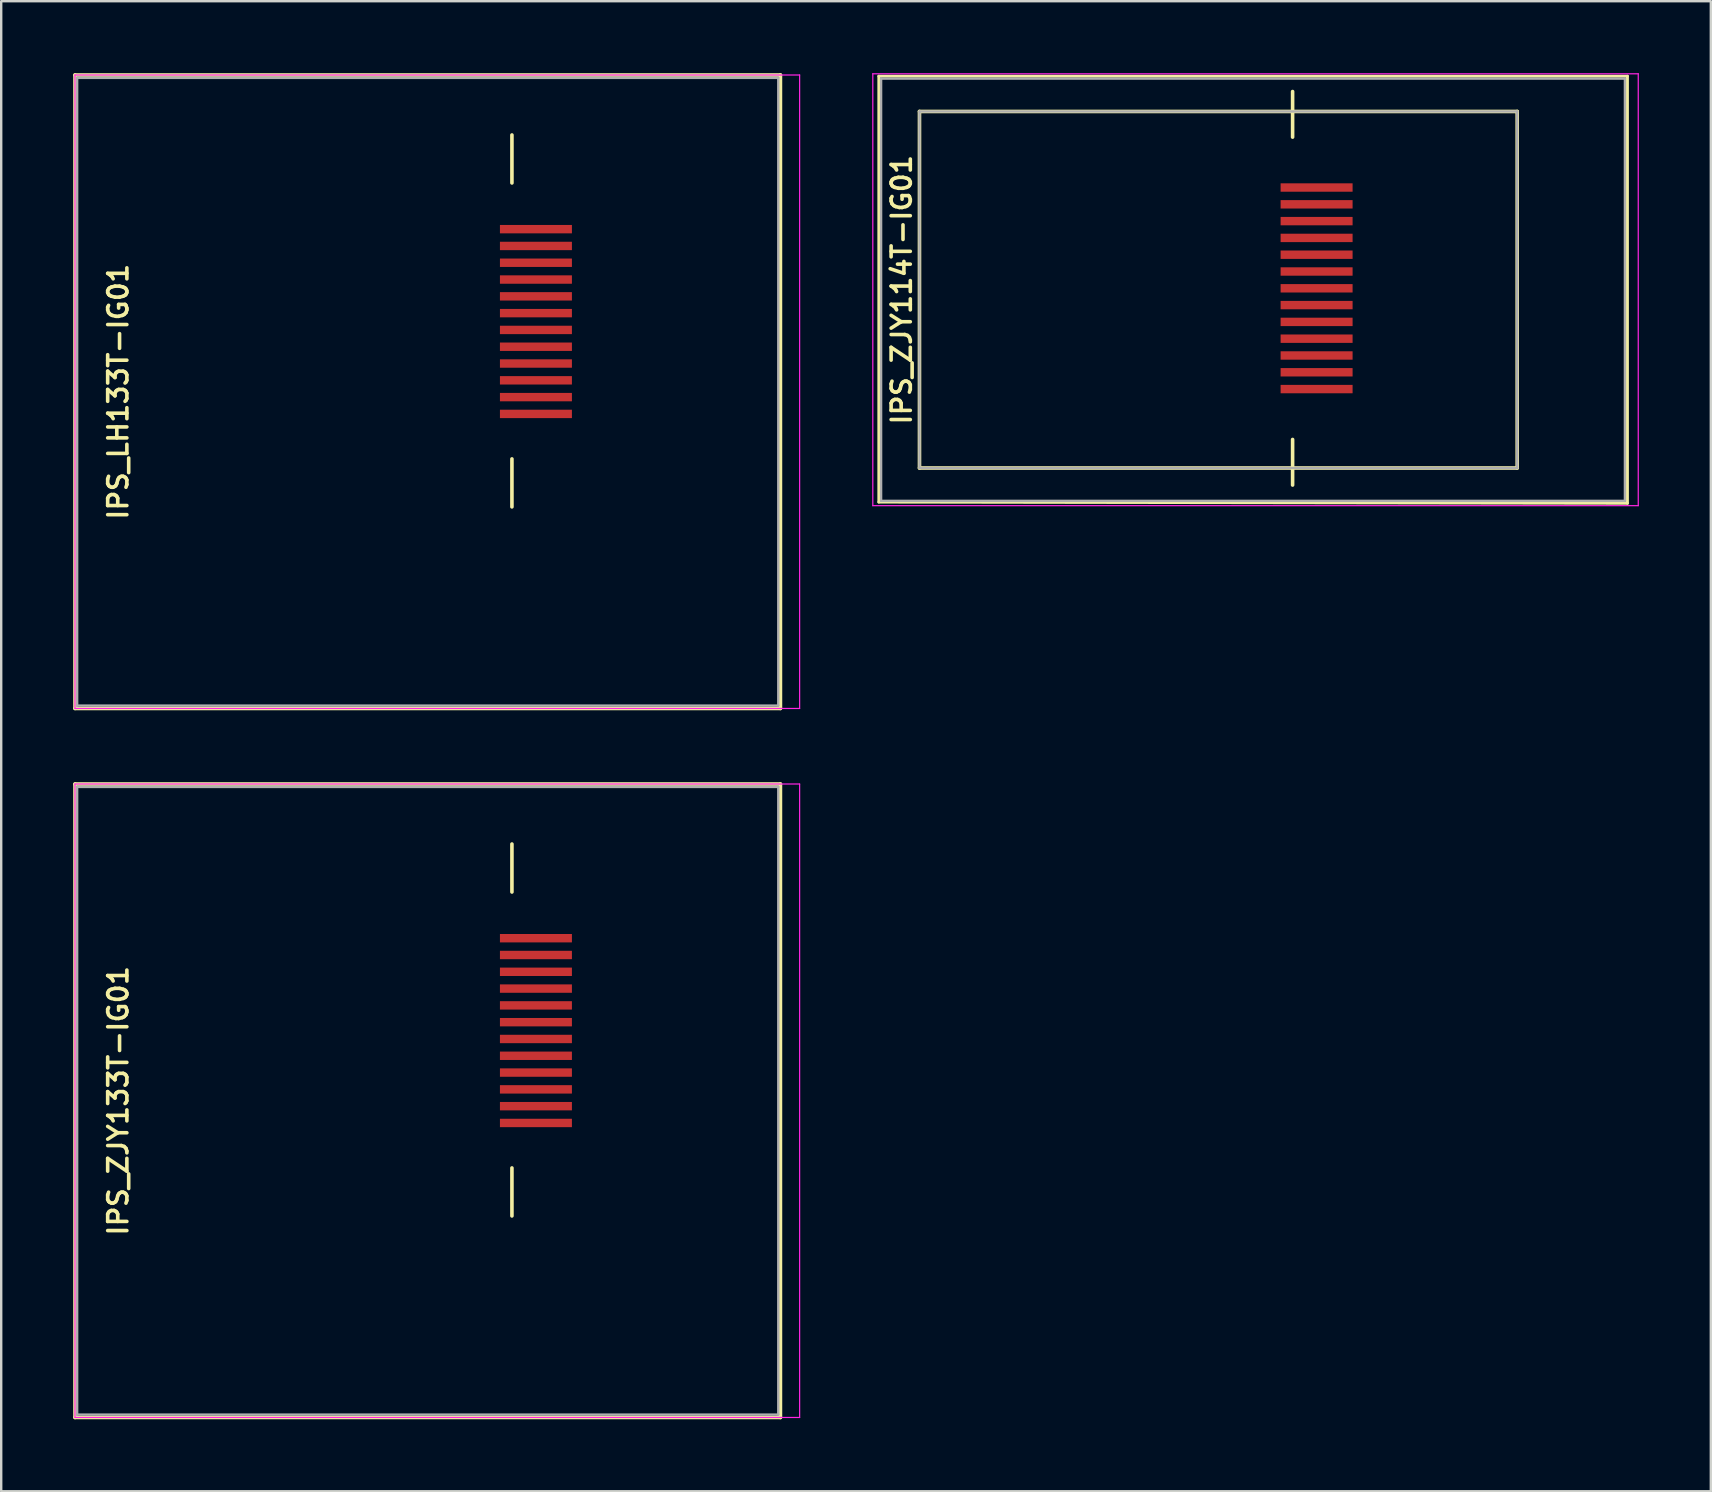
<source format=kicad_pcb>
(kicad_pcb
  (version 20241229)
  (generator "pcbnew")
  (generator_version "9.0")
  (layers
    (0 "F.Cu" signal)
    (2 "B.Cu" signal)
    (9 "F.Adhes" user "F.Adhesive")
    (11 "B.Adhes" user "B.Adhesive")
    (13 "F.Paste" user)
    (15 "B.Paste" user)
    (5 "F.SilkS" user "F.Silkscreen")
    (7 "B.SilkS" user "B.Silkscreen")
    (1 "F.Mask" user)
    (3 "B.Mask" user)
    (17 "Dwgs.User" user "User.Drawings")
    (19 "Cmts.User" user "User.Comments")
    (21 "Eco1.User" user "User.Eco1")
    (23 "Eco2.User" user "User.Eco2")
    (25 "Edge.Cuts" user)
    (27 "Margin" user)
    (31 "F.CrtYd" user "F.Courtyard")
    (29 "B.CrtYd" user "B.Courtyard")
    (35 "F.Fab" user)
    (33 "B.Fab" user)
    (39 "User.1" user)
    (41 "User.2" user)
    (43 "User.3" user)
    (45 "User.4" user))
  (footprint "IPS_ZJY133T-IG01"
    (layer "F.Cu")
    (at 14.775 42.825)
    (property "Reference" "IPS_ZJY133T-IG01" (at -12.9 0 90) (layer "F.SilkS") (effects (font (size 0.8 0.8) (thickness 0.15))))
    (attr exclude_from_pos_files exclude_from_bom)
    (fp_line (start -14.7 -13.2) (end 14.7 -13.2) (stroke (width 0.15) (type solid)) (layer "F.SilkS"))
    (fp_line (start -14.7 13.2) (end -14.7 -13.2) (stroke (width 0.15) (type solid)) (layer "F.SilkS"))
    (fp_line (start 3.51 -8.7) (end 3.51 -10.7) (stroke (width 0.15) (type solid)) (layer "F.SilkS"))
    (fp_line (start 3.51 2.8) (end 3.51 4.8) (stroke (width 0.15) (type solid)) (layer "F.SilkS"))
    (fp_line (start 14.7 -13.2) (end 14.7 13.2) (stroke (width 0.15) (type solid)) (layer "F.SilkS"))
    (fp_line (start 14.7 13.2) (end -14.7 13.2) (stroke (width 0.15) (type solid)) (layer "F.SilkS"))
    (fp_line (start -14.7 -13.2) (end 15.5 -13.2) (stroke (width 0.05) (type solid)) (layer "F.CrtYd"))
    (fp_line (start -14.7 13.2) (end -14.7 -13.2) (stroke (width 0.05) (type solid)) (layer "F.CrtYd"))
    (fp_line (start 15.5 -13.2) (end 15.5 13.2) (stroke (width 0.05) (type solid)) (layer "F.CrtYd"))
    (fp_line (start 15.5 13.2) (end -14.7 13.2) (stroke (width 0.05) (type solid)) (layer "F.CrtYd"))
    (fp_line (start -14.61 -13.08) (end 14.61 -13.08) (stroke (width 0.1) (type solid)) (layer "F.Fab"))
    (fp_line (start -14.61 13.08) (end -14.61 -13.08) (stroke (width 0.1) (type solid)) (layer "F.Fab"))
    (fp_line (start 14.61 -13.08) (end 14.61 13.08) (stroke (width 0.1) (type solid)) (layer "F.Fab"))
    (fp_line (start 14.61 13.08) (end -14.61 13.08) (stroke (width 0.1) (type solid)) (layer "F.Fab"))
    (pad "1" smd rect (at 3.51 -6.775) (size 3 0.35) (drill (offset 1 0)) (layers "F.Cu" "F.Mask" "F.Paste"))
    (pad "2" smd rect (at 3.51 -6.075) (size 3 0.35) (drill (offset 1 0)) (layers "F.Cu" "F.Mask" "F.Paste"))
    (pad "3" smd rect (at 3.51 -5.375) (size 3 0.35) (drill (offset 1 0)) (layers "F.Cu" "F.Mask" "F.Paste"))
    (pad "4" smd rect (at 3.51 -4.675) (size 3 0.35) (drill (offset 1 0)) (layers "F.Cu" "F.Mask" "F.Paste"))
    (pad "5" smd rect (at 3.51 -3.975) (size 3 0.35) (drill (offset 1 0)) (layers "F.Cu" "F.Mask" "F.Paste"))
    (pad "6" smd rect (at 3.51 -3.275) (size 3 0.35) (drill (offset 1 0)) (layers "F.Cu" "F.Mask" "F.Paste"))
    (pad "7" smd rect (at 3.51 -2.575) (size 3 0.35) (drill (offset 1 0)) (layers "F.Cu" "F.Mask" "F.Paste"))
    (pad "8" smd rect (at 3.51 -1.875) (size 3 0.35) (drill (offset 1 0)) (layers "F.Cu" "F.Mask" "F.Paste"))
    (pad "9" smd rect (at 3.51 -1.175) (size 3 0.35) (drill (offset 1 0)) (layers "F.Cu" "F.Mask" "F.Paste"))
    (pad "10" smd rect (at 3.51 -0.475) (size 3 0.35) (drill (offset 1 0)) (layers "F.Cu" "F.Mask" "F.Paste"))
    (pad "11" smd rect (at 3.51 0.225) (size 3 0.35) (drill (offset 1 0)) (layers "F.Cu" "F.Mask" "F.Paste"))
    (pad "12" smd rect (at 3.51 0.925) (size 3 0.35) (drill (offset 1 0)) (layers "F.Cu" "F.Mask" "F.Paste")))
  (footprint "IPS_LH133T-IG01"
    (layer "F.Cu")
    (at 14.775 13.275)
    (property "Reference" "IPS_LH133T-IG01" (at -12.9 0 90) (layer "F.SilkS") (effects (font (size 0.8 0.8) (thickness 0.15))))
    (attr exclude_from_pos_files exclude_from_bom)
    (fp_line (start -14.7 -13.2) (end 14.7 -13.2) (stroke (width 0.15) (type solid)) (layer "F.SilkS"))
    (fp_line (start -14.7 13.2) (end -14.7 -13.2) (stroke (width 0.15) (type solid)) (layer "F.SilkS"))
    (fp_line (start 3.51 -8.7) (end 3.51 -10.7) (stroke (width 0.15) (type solid)) (layer "F.SilkS"))
    (fp_line (start 3.51 2.8) (end 3.51 4.8) (stroke (width 0.15) (type solid)) (layer "F.SilkS"))
    (fp_line (start 14.7 -13.2) (end 14.7 13.2) (stroke (width 0.15) (type solid)) (layer "F.SilkS"))
    (fp_line (start 14.7 13.2) (end -14.7 13.2) (stroke (width 0.15) (type solid)) (layer "F.SilkS"))
    (fp_line (start -14.7 -13.2) (end 15.5 -13.2) (stroke (width 0.05) (type solid)) (layer "F.CrtYd"))
    (fp_line (start -14.7 13.2) (end -14.7 -13.2) (stroke (width 0.05) (type solid)) (layer "F.CrtYd"))
    (fp_line (start 15.5 -13.2) (end 15.5 13.2) (stroke (width 0.05) (type solid)) (layer "F.CrtYd"))
    (fp_line (start 15.5 13.2) (end -14.7 13.2) (stroke (width 0.05) (type solid)) (layer "F.CrtYd"))
    (fp_line (start -14.61 -13.08) (end 14.61 -13.08) (stroke (width 0.1) (type solid)) (layer "F.Fab"))
    (fp_line (start -14.61 13.08) (end -14.61 -13.08) (stroke (width 0.1) (type solid)) (layer "F.Fab"))
    (fp_line (start 14.61 -13.08) (end 14.61 13.08) (stroke (width 0.1) (type solid)) (layer "F.Fab"))
    (fp_line (start 14.61 13.08) (end -14.61 13.08) (stroke (width 0.1) (type solid)) (layer "F.Fab"))
    (pad "1" smd rect (at 3.51 -6.775) (size 3 0.35) (drill (offset 1 0)) (layers "F.Cu" "F.Mask" "F.Paste"))
    (pad "2" smd rect (at 3.51 -6.075) (size 3 0.35) (drill (offset 1 0)) (layers "F.Cu" "F.Mask" "F.Paste"))
    (pad "3" smd rect (at 3.51 -5.375) (size 3 0.35) (drill (offset 1 0)) (layers "F.Cu" "F.Mask" "F.Paste"))
    (pad "4" smd rect (at 3.51 -4.675) (size 3 0.35) (drill (offset 1 0)) (layers "F.Cu" "F.Mask" "F.Paste"))
    (pad "5" smd rect (at 3.51 -3.975) (size 3 0.35) (drill (offset 1 0)) (layers "F.Cu" "F.Mask" "F.Paste"))
    (pad "6" smd rect (at 3.51 -3.275) (size 3 0.35) (drill (offset 1 0)) (layers "F.Cu" "F.Mask" "F.Paste"))
    (pad "7" smd rect (at 3.51 -2.575) (size 3 0.35) (drill (offset 1 0)) (layers "F.Cu" "F.Mask" "F.Paste"))
    (pad "8" smd rect (at 3.51 -1.875) (size 3 0.35) (drill (offset 1 0)) (layers "F.Cu" "F.Mask" "F.Paste"))
    (pad "9" smd rect (at 3.51 -1.175) (size 3 0.35) (drill (offset 1 0)) (layers "F.Cu" "F.Mask" "F.Paste"))
    (pad "10" smd rect (at 3.51 -0.475) (size 3 0.35) (drill (offset 1 0)) (layers "F.Cu" "F.Mask" "F.Paste"))
    (pad "11" smd rect (at 3.51 0.225) (size 3 0.35) (drill (offset 1 0)) (layers "F.Cu" "F.Mask" "F.Paste"))
    (pad "12" smd rect (at 3.51 0.925) (size 3 0.35) (drill (offset 1 0)) (layers "F.Cu" "F.Mask" "F.Paste")))
  (footprint "IPS_ZJY114T-IG01"
    (layer "F.Cu")
    (at 47.725 9.025)
    (property "Reference" "IPS_ZJY114T-IG01" (at -13.2 0 90) (layer "F.SilkS") (effects (font (size 0.8 0.8) (thickness 0.15))))
    (attr exclude_from_pos_files exclude_from_bom)
    (fp_line (start -14.15 -8.9) (end 17.05 -8.9) (stroke (width 0.12) (type solid)) (layer "F.SilkS"))
    (fp_line (start -14.15 8.85) (end -14.15 -8.9) (stroke (width 0.12) (type solid)) (layer "F.SilkS"))
    (fp_line (start -12.455 -7.43) (end -12.455 7.43) (stroke (width 0.15) (type solid)) (layer "F.SilkS"))
    (fp_line (start -12.455 -7.43) (end 12.455 -7.43) (stroke (width 0.15) (type solid)) (layer "F.SilkS"))
    (fp_line (start 3.095 -6.36) (end 3.095 -8.26) (stroke (width 0.15) (type solid)) (layer "F.SilkS"))
    (fp_line (start 3.095 6.24) (end 3.095 8.14) (stroke (width 0.15) (type solid)) (layer "F.SilkS"))
    (fp_line (start 12.455 -7.43) (end 12.455 7.43) (stroke (width 0.15) (type solid)) (layer "F.SilkS"))
    (fp_line (start 12.455 7.43) (end -12.455 7.43) (stroke (width 0.15) (type solid)) (layer "F.SilkS"))
    (fp_line (start 17.05 -8.9) (end 17.05 8.9) (stroke (width 0.12) (type solid)) (layer "F.SilkS"))
    (fp_line (start 17.05 8.9) (end -14.15 8.85) (stroke (width 0.12) (type solid)) (layer "F.SilkS"))
    (fp_line (start -14.4 -9) (end -14.4 9) (stroke (width 0.05) (type solid)) (layer "F.CrtYd"))
    (fp_line (start -14.4 9) (end 17.5 9) (stroke (width 0.05) (type solid)) (layer "F.CrtYd"))
    (fp_line (start 17.5 -9) (end -14.4 -9) (stroke (width 0.05) (type solid)) (layer "F.CrtYd"))
    (fp_line (start 17.5 9) (end 17.5 -9) (stroke (width 0.05) (type solid)) (layer "F.CrtYd"))
    (fp_line (start -14.055 -8.8) (end -14.055 8.8) (stroke (width 0.1) (type solid)) (layer "F.Fab"))
    (fp_line (start -14.055 -8.8) (end 16.945 -8.8) (stroke (width 0.1) (type solid)) (layer "F.Fab"))
    (fp_line (start -14.055 8.8) (end 16.945 8.8) (stroke (width 0.1) (type solid)) (layer "F.Fab"))
    (fp_line (start -12.455 -7.43) (end -12.455 7.43) (stroke (width 0.1) (type solid)) (layer "F.Fab"))
    (fp_line (start -12.455 -7.43) (end 12.455 -7.43) (stroke (width 0.1) (type solid)) (layer "F.Fab"))
    (fp_line (start 12.455 -7.43) (end 12.455 7.43) (stroke (width 0.1) (type solid)) (layer "F.Fab"))
    (fp_line (start 12.455 7.43) (end -12.455 7.43) (stroke (width 0.1) (type solid)) (layer "F.Fab"))
    (fp_line (start 16.945 8.8) (end 16.945 -8.8) (stroke (width 0.1) (type solid)) (layer "F.Fab"))
    (pad "1" smd rect (at 3.095 -4.26) (size 3 0.35) (drill (offset 1 0)) (layers "F.Cu" "F.Mask" "F.Paste"))
    (pad "2" smd rect (at 3.095 -3.56) (size 3 0.35) (drill (offset 1 0)) (layers "F.Cu" "F.Mask" "F.Paste"))
    (pad "3" smd rect (at 3.095 -2.86) (size 3 0.35) (drill (offset 1 0)) (layers "F.Cu" "F.Mask" "F.Paste"))
    (pad "4" smd rect (at 3.095 -2.16) (size 3 0.35) (drill (offset 1 0)) (layers "F.Cu" "F.Mask" "F.Paste"))
    (pad "5" smd rect (at 3.095 -1.46) (size 3 0.35) (drill (offset 1 0)) (layers "F.Cu" "F.Mask" "F.Paste"))
    (pad "6" smd rect (at 3.095 -0.76) (size 3 0.35) (drill (offset 1 0)) (layers "F.Cu" "F.Mask" "F.Paste"))
    (pad "7" smd rect (at 3.095 -0.06) (size 3 0.35) (drill (offset 1 0)) (layers "F.Cu" "F.Mask" "F.Paste"))
    (pad "8" smd rect (at 3.095 0.64) (size 3 0.35) (drill (offset 1 0)) (layers "F.Cu" "F.Mask" "F.Paste"))
    (pad "9" smd rect (at 3.095 1.34) (size 3 0.35) (drill (offset 1 0)) (layers "F.Cu" "F.Mask" "F.Paste"))
    (pad "10" smd rect (at 3.095 2.04) (size 3 0.35) (drill (offset 1 0)) (layers "F.Cu" "F.Mask" "F.Paste"))
    (pad "11" smd rect (at 3.095 2.74) (size 3 0.35) (drill (offset 1 0)) (layers "F.Cu" "F.Mask" "F.Paste"))
    (pad "12" smd rect (at 3.095 3.44) (size 3 0.35) (drill (offset 1 0)) (layers "F.Cu" "F.Mask" "F.Paste"))
    (pad "13" smd rect (at 3.095 4.14) (size 3 0.35) (drill (offset 1 0)) (layers "F.Cu" "F.Mask" "F.Paste")))
  (gr_rect
    (start -3 -3)
    (end 68.25 59.1)
    (stroke (width 0.1) (type default))
    (fill no)
    (layer "Edge.Cuts")))
</source>
